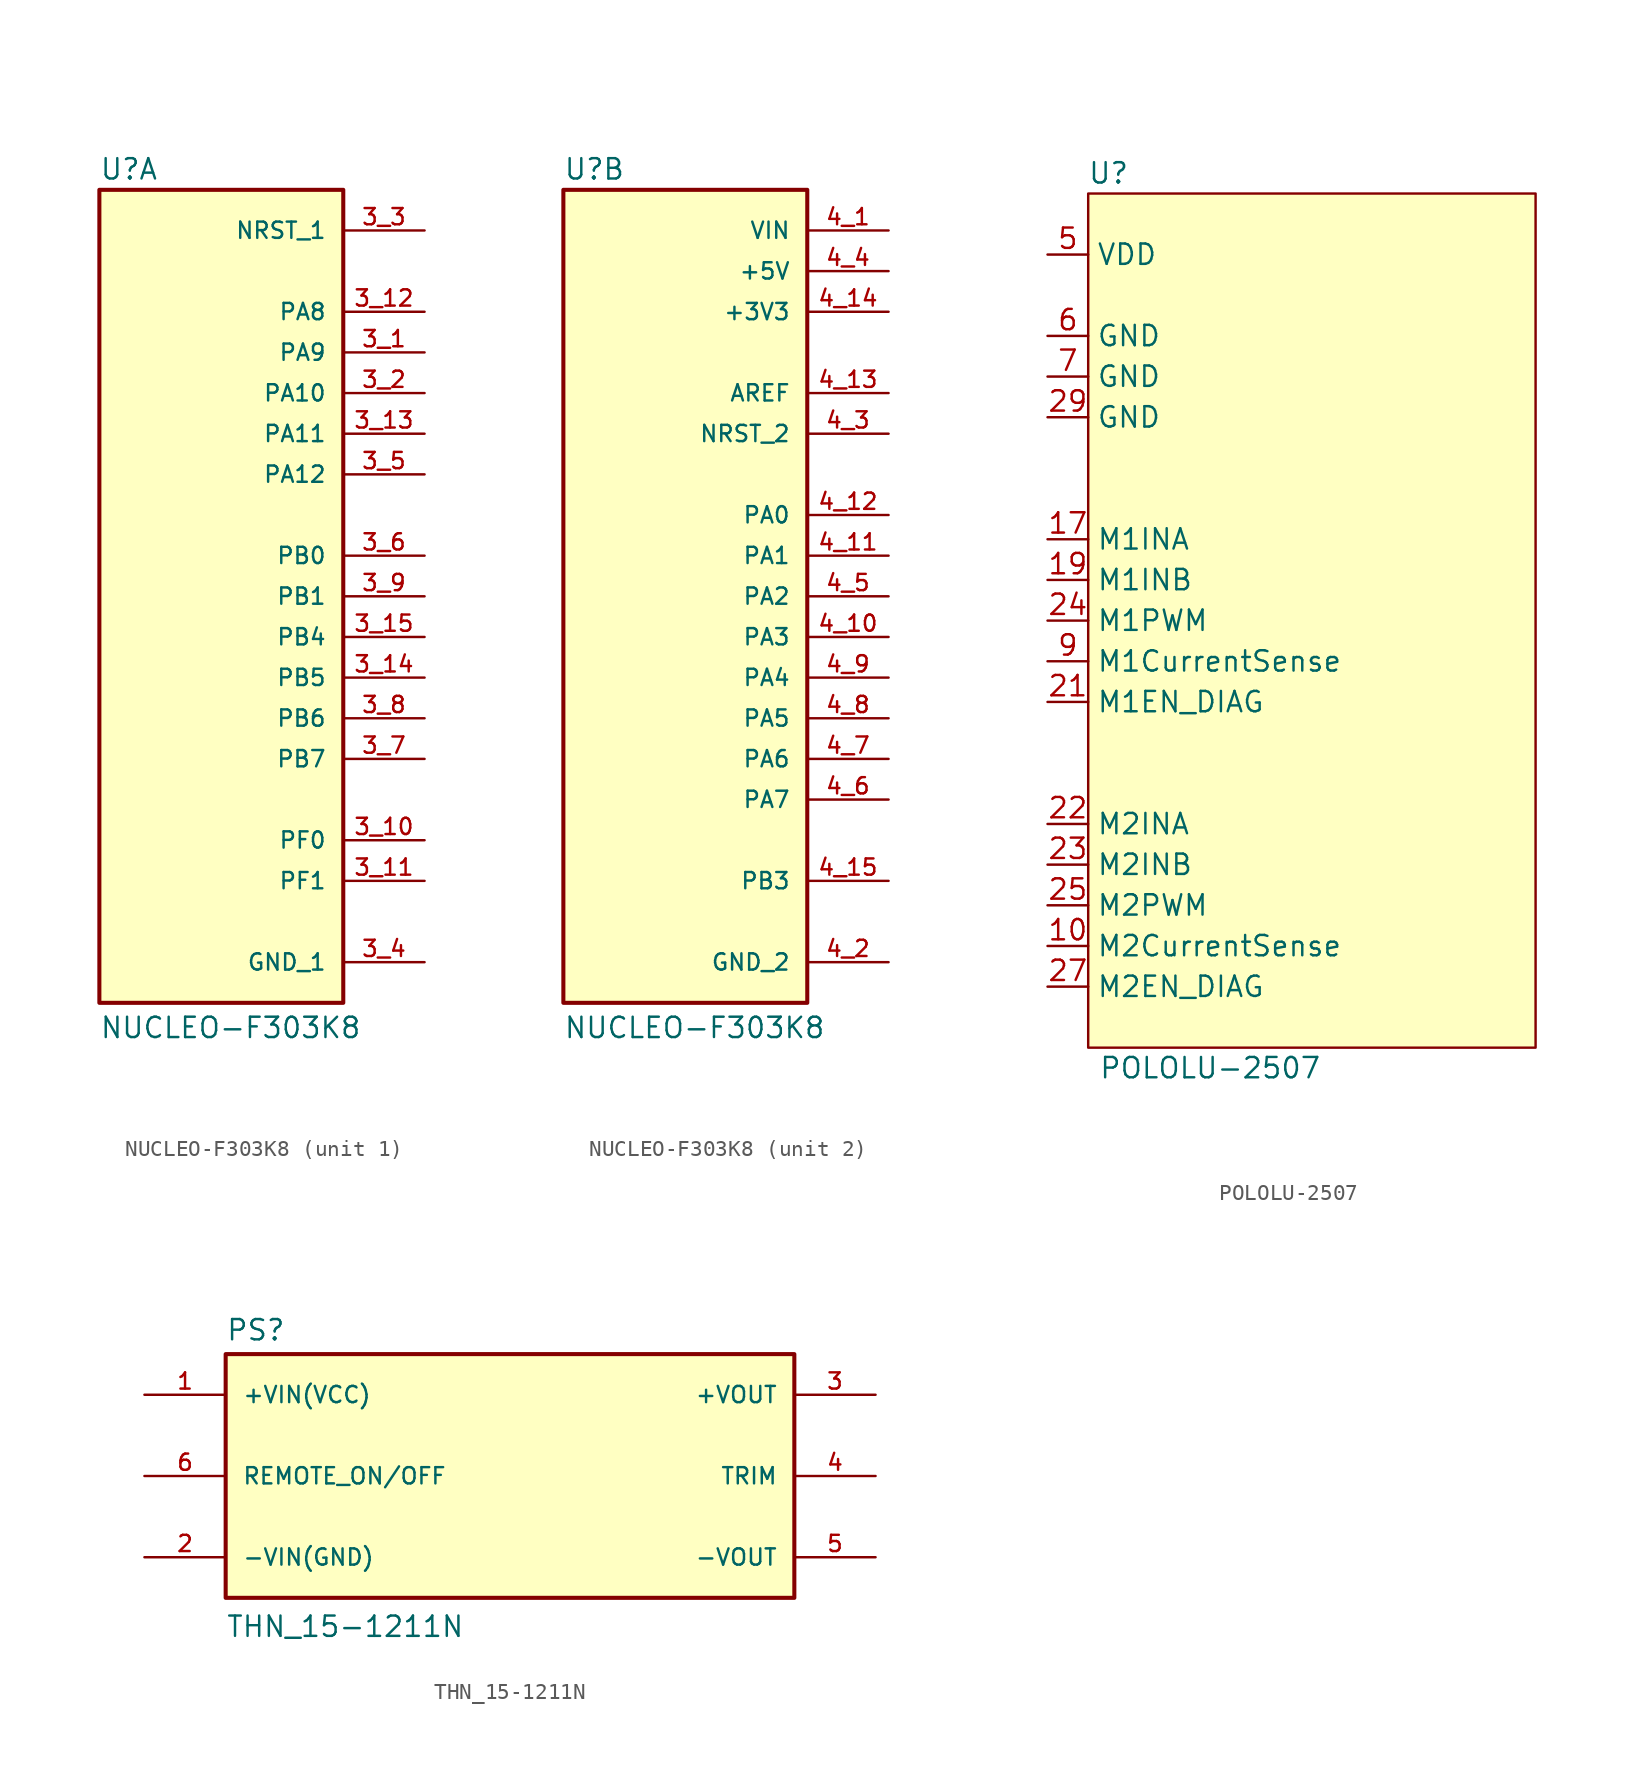
<source format=kicad_sym>
(kicad_symbol_lib
  (version 20211014)
  (generator kicad_symbol_editor)
  (symbol "NUCLEO-F303K8"
    (pin_names
      (offset 1.016))
    (property "Reference" "U"
      (at -7.629 25.946 0)
      (effects (font (size 1.27 1.27)) (justify left bottom)))
    (property "Value" "NUCLEO-F303K8"
      (at -7.623 -27.701 0)
      (effects (font (size 1.27 1.27)) (justify left bottom)))
    (symbol "NUCLEO-F303K8_1_0"
      (rectangle (start -7.62 -25.4) (end 7.62 25.4) (stroke (width 0.254) (type default) (color 0 0 0 0)) (fill (type background)))
      (pin bidirectional line (at 12.7 15.24 180) (length 5.08) (name "PA9" (effects (font (size 1.016 1.016)))) (number "3_1" (effects (font (size 1.016 1.016)))))
      (pin bidirectional line (at 12.7 -15.24 180) (length 5.08) (name "PF0" (effects (font (size 1.016 1.016)))) (number "3_10" (effects (font (size 1.016 1.016)))))
      (pin bidirectional line (at 12.7 -17.78 180) (length 5.08) (name "PF1" (effects (font (size 1.016 1.016)))) (number "3_11" (effects (font (size 1.016 1.016)))))
      (pin bidirectional line (at 12.7 17.78 180) (length 5.08) (name "PA8" (effects (font (size 1.016 1.016)))) (number "3_12" (effects (font (size 1.016 1.016)))))
      (pin bidirectional line (at 12.7 10.16 180) (length 5.08) (name "PA11" (effects (font (size 1.016 1.016)))) (number "3_13" (effects (font (size 1.016 1.016)))))
      (pin bidirectional line (at 12.7 -5.08 180) (length 5.08) (name "PB5" (effects (font (size 1.016 1.016)))) (number "3_14" (effects (font (size 1.016 1.016)))))
      (pin bidirectional line (at 12.7 -2.54 180) (length 5.08) (name "PB4" (effects (font (size 1.016 1.016)))) (number "3_15" (effects (font (size 1.016 1.016)))))
      (pin bidirectional line (at 12.7 12.7 180) (length 5.08) (name "PA10" (effects (font (size 1.016 1.016)))) (number "3_2" (effects (font (size 1.016 1.016)))))
      (pin bidirectional line (at 12.7 22.86 180) (length 5.08) (name "NRST_1" (effects (font (size 1.016 1.016)))) (number "3_3" (effects (font (size 1.016 1.016)))))
      (pin power_in line (at 12.7 -22.86 180) (length 5.08) (name "GND_1" (effects (font (size 1.016 1.016)))) (number "3_4" (effects (font (size 1.016 1.016)))))
      (pin bidirectional line (at 12.7 7.62 180) (length 5.08) (name "PA12" (effects (font (size 1.016 1.016)))) (number "3_5" (effects (font (size 1.016 1.016)))))
      (pin bidirectional line (at 12.7 2.54 180) (length 5.08) (name "PB0" (effects (font (size 1.016 1.016)))) (number "3_6" (effects (font (size 1.016 1.016)))))
      (pin bidirectional line (at 12.7 -10.16 180) (length 5.08) (name "PB7" (effects (font (size 1.016 1.016)))) (number "3_7" (effects (font (size 1.016 1.016)))))
      (pin bidirectional line (at 12.7 -7.62 180) (length 5.08) (name "PB6" (effects (font (size 1.016 1.016)))) (number "3_8" (effects (font (size 1.016 1.016)))))
      (pin bidirectional line (at 12.7 0 180) (length 5.08) (name "PB1" (effects (font (size 1.016 1.016)))) (number "3_9" (effects (font (size 1.016 1.016))))))
    (symbol "NUCLEO-F303K8_2_0"
      (rectangle (start -7.62 -25.4) (end 7.62 25.4) (stroke (width 0.254) (type default) (color 0 0 0 0)) (fill (type background)))
      (pin power_in line (at 12.7 22.86 180) (length 5.08) (name "VIN" (effects (font (size 1.016 1.016)))) (number "4_1" (effects (font (size 1.016 1.016)))))
      (pin bidirectional line (at 12.7 -2.54 180) (length 5.08) (name "PA3" (effects (font (size 1.016 1.016)))) (number "4_10" (effects (font (size 1.016 1.016)))))
      (pin bidirectional line (at 12.7 2.54 180) (length 5.08) (name "PA1" (effects (font (size 1.016 1.016)))) (number "4_11" (effects (font (size 1.016 1.016)))))
      (pin bidirectional line (at 12.7 5.08 180) (length 5.08) (name "PA0" (effects (font (size 1.016 1.016)))) (number "4_12" (effects (font (size 1.016 1.016)))))
      (pin bidirectional line (at 12.7 12.7 180) (length 5.08) (name "AREF" (effects (font (size 1.016 1.016)))) (number "4_13" (effects (font (size 1.016 1.016)))))
      (pin power_in line (at 12.7 17.78 180) (length 5.08) (name "+3V3" (effects (font (size 1.016 1.016)))) (number "4_14" (effects (font (size 1.016 1.016)))))
      (pin bidirectional line (at 12.7 -17.78 180) (length 5.08) (name "PB3" (effects (font (size 1.016 1.016)))) (number "4_15" (effects (font (size 1.016 1.016)))))
      (pin power_in line (at 12.7 -22.86 180) (length 5.08) (name "GND_2" (effects (font (size 1.016 1.016)))) (number "4_2" (effects (font (size 1.016 1.016)))))
      (pin bidirectional line (at 12.7 10.16 180) (length 5.08) (name "NRST_2" (effects (font (size 1.016 1.016)))) (number "4_3" (effects (font (size 1.016 1.016)))))
      (pin power_in line (at 12.7 20.32 180) (length 5.08) (name "+5V" (effects (font (size 1.016 1.016)))) (number "4_4" (effects (font (size 1.016 1.016)))))
      (pin bidirectional line (at 12.7 0 180) (length 5.08) (name "PA2" (effects (font (size 1.016 1.016)))) (number "4_5" (effects (font (size 1.016 1.016)))))
      (pin bidirectional line (at 12.7 -12.7 180) (length 5.08) (name "PA7" (effects (font (size 1.016 1.016)))) (number "4_6" (effects (font (size 1.016 1.016)))))
      (pin bidirectional line (at 12.7 -10.16 180) (length 5.08) (name "PA6" (effects (font (size 1.016 1.016)))) (number "4_7" (effects (font (size 1.016 1.016)))))
      (pin bidirectional line (at 12.7 -7.62 180) (length 5.08) (name "PA5" (effects (font (size 1.016 1.016)))) (number "4_8" (effects (font (size 1.016 1.016)))))
      (pin bidirectional line (at 12.7 -5.08 180) (length 5.08) (name "PA4" (effects (font (size 1.016 1.016)))) (number "4_9" (effects (font (size 1.016 1.016)))))))
  (symbol "POLOLU-2507"
    (property "Reference" "U"
      (at 3.81 5.08 0)
      (effects (font (size 1.27 1.27))))
    (property "Value" "POLOLU-2507"
      (at 10.16 -50.8 0)
      (effects (font (size 1.27 1.27))))
    (symbol "POLOLU-2507_0_1"
      (rectangle (start 2.54 3.81) (end 30.48 -49.53) (stroke (width 0) (type default) (color 0 0 0 0)) (fill (type background))))
    (symbol "POLOLU-2507_1_1"
      (pin output line (at 0 -43.18 0) (length 2.54) (name "M2CurrentSense" (effects (font (size 1.27 1.27)))) (number "10" (effects (font (size 1.27 1.27)))))
      (pin input line (at 0 -17.78 0) (length 2.54) (name "M1INA" (effects (font (size 1.27 1.27)))) (number "17" (effects (font (size 1.27 1.27)))))
      (pin input line (at 0 -20.32 0) (length 2.54) (name "M1INB" (effects (font (size 1.27 1.27)))) (number "19" (effects (font (size 1.27 1.27)))))
      (pin input line (at 0 -27.94 0) (length 2.54) (name "M1EN_DIAG" (effects (font (size 1.27 1.27)))) (number "21" (effects (font (size 1.27 1.27)))))
      (pin input line (at 0 -35.56 0) (length 2.54) (name "M2INA" (effects (font (size 1.27 1.27)))) (number "22" (effects (font (size 1.27 1.27)))))
      (pin input line (at 0 -38.1 0) (length 2.54) (name "M2INB" (effects (font (size 1.27 1.27)))) (number "23" (effects (font (size 1.27 1.27)))))
      (pin input line (at 0 -22.86 0) (length 2.54) (name "M1PWM" (effects (font (size 1.27 1.27)))) (number "24" (effects (font (size 1.27 1.27)))))
      (pin input line (at 0 -40.64 0) (length 2.54) (name "M2PWM" (effects (font (size 1.27 1.27)))) (number "25" (effects (font (size 1.27 1.27)))))
      (pin input line (at 0 -45.72 0) (length 2.54) (name "M2EN_DIAG" (effects (font (size 1.27 1.27)))) (number "27" (effects (font (size 1.27 1.27)))))
      (pin power_in line (at 0 -10.16 0) (length 2.54) (name "GND" (effects (font (size 1.27 1.27)))) (number "29" (effects (font (size 1.27 1.27)))))
      (pin power_in line (at 0 0 0) (length 2.54) (name "VDD" (effects (font (size 1.27 1.27)))) (number "5" (effects (font (size 1.27 1.27)))))
      (pin power_in line (at 0 -5.08 0) (length 2.54) (name "GND" (effects (font (size 1.27 1.27)))) (number "6" (effects (font (size 1.27 1.27)))))
      (pin power_in line (at 0 -7.62 0) (length 2.54) (name "GND" (effects (font (size 1.27 1.27)))) (number "7" (effects (font (size 1.27 1.27)))))
      (pin output line (at 0 -25.4 0) (length 2.54) (name "M1CurrentSense" (effects (font (size 1.27 1.27)))) (number "9" (effects (font (size 1.27 1.27)))))))
  (symbol "THN_15-1211N"
    (pin_names
      (offset 1.016))
    (property "Reference" "PS"
      (at -17.78 8.382 0)
      (effects (font (size 1.27 1.27)) (justify left bottom)))
    (property "Value" "THN_15-1211N"
      (at -17.78 -10.16 0)
      (effects (font (size 1.27 1.27)) (justify left bottom)))
    (symbol "THN_15-1211N_0_0"
      (rectangle (start -17.78 -7.62) (end 17.78 7.62) (stroke (width 0.254) (type default) (color 0 0 0 0)) (fill (type background)))
      (pin input line (at -22.86 5.08 0) (length 5.08) (name "+VIN(VCC)" (effects (font (size 1.016 1.016)))) (number "1" (effects (font (size 1.016 1.016)))))
      (pin input line (at -22.86 -5.08 0) (length 5.08) (name "-VIN(GND)" (effects (font (size 1.016 1.016)))) (number "2" (effects (font (size 1.016 1.016)))))
      (pin output line (at 22.86 5.08 180) (length 5.08) (name "+VOUT" (effects (font (size 1.016 1.016)))) (number "3" (effects (font (size 1.016 1.016)))))
      (pin passive line (at 22.86 0 180) (length 5.08) (name "TRIM" (effects (font (size 1.016 1.016)))) (number "4" (effects (font (size 1.016 1.016)))))
      (pin output line (at 22.86 -5.08 180) (length 5.08) (name "-VOUT" (effects (font (size 1.016 1.016)))) (number "5" (effects (font (size 1.016 1.016)))))
      (pin input line (at -22.86 0 0) (length 5.08) (name "REMOTE_ON/OFF" (effects (font (size 1.016 1.016)))) (number "6" (effects (font (size 1.016 1.016))))))))
</source>
